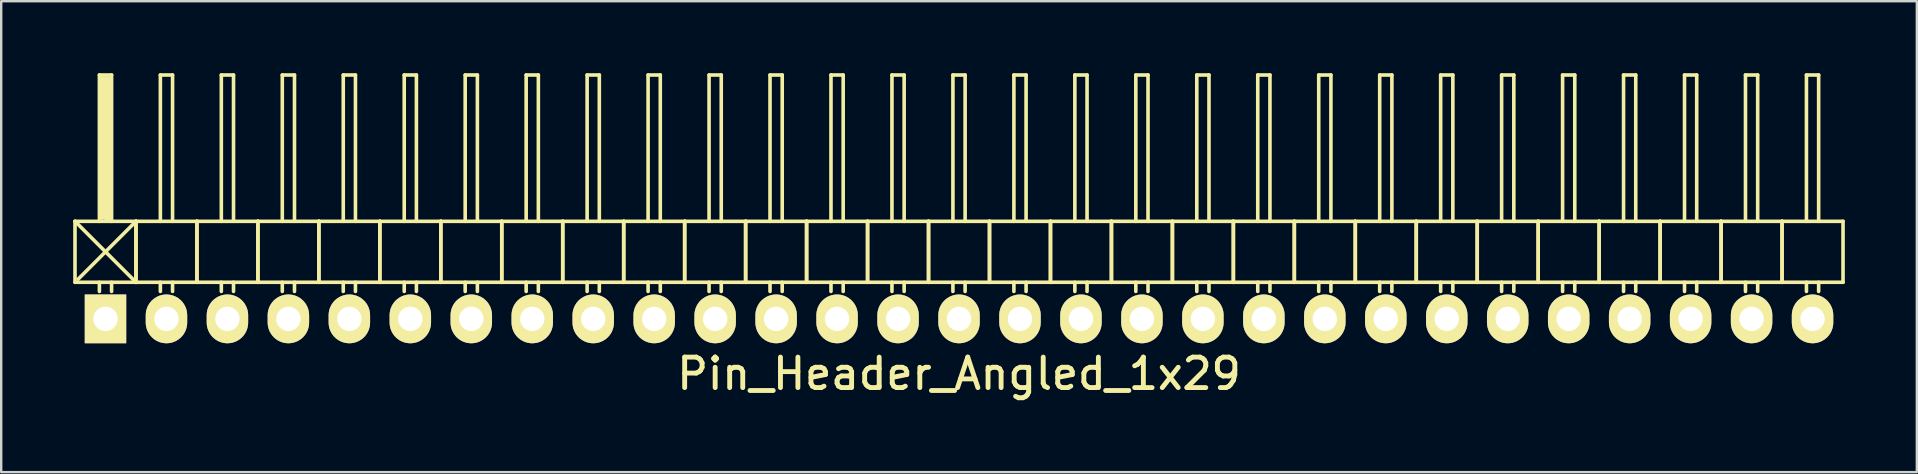
<source format=kicad_pcb>
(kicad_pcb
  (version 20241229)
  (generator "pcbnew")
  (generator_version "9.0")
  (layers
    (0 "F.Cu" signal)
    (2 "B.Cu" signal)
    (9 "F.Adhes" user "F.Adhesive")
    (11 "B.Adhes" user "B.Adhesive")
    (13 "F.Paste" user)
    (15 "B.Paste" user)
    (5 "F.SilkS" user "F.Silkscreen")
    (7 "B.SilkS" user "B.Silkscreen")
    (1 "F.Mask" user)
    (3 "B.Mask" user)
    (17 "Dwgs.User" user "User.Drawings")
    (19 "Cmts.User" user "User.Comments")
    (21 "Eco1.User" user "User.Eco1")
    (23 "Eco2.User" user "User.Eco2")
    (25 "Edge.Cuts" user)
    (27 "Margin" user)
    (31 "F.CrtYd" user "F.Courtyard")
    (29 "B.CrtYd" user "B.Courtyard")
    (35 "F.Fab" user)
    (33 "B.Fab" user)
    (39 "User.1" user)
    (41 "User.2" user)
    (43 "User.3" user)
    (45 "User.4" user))
  (footprint "Pin_Header_Angled_1x29"
    (layer "F.Cu")
    (at 36.905 10.235)
    (property "Reference" "Pin_Header_Angled_1x29" (at 0 2.286 0) (layer "F.SilkS") (effects (font (size 1.27 1.27) (thickness 0.203))))
    (attr through_hole)
    (fp_line (start -36.83 -4.064) (end -34.29 -1.524) (stroke (width 0.15) (type solid)) (layer "F.SilkS"))
    (fp_line (start -36.83 -1.524) (end -36.83 -4.064) (stroke (width 0.15) (type solid)) (layer "F.SilkS"))
    (fp_line (start -36.83 -1.524) (end -34.29 -1.524) (stroke (width 0.15) (type solid)) (layer "F.SilkS"))
    (fp_line (start -35.814 -10.16) (end -35.306 -10.16) (stroke (width 0.15) (type solid)) (layer "F.SilkS"))
    (fp_line (start -35.814 -4.064) (end -35.814 -10.16) (stroke (width 0.15) (type solid)) (layer "F.SilkS"))
    (fp_line (start -35.814 -1.524) (end -35.814 -1.143) (stroke (width 0.15) (type solid)) (layer "F.SilkS"))
    (fp_line (start -35.687 -10.033) (end -35.433 -10.033) (stroke (width 0.15) (type solid)) (layer "F.SilkS"))
    (fp_line (start -35.687 -4.191) (end -35.687 -10.033) (stroke (width 0.15) (type solid)) (layer "F.SilkS"))
    (fp_line (start -35.56 -4.191) (end -35.56 -10.033) (stroke (width 0.15) (type solid)) (layer "F.SilkS"))
    (fp_line (start -35.433 -10.033) (end -35.433 -4.191) (stroke (width 0.15) (type solid)) (layer "F.SilkS"))
    (fp_line (start -35.433 -4.191) (end -35.56 -4.191) (stroke (width 0.15) (type solid)) (layer "F.SilkS"))
    (fp_line (start -35.306 -10.16) (end -35.306 -4.064) (stroke (width 0.15) (type solid)) (layer "F.SilkS"))
    (fp_line (start -35.306 -1.524) (end -35.306 -1.143) (stroke (width 0.15) (type solid)) (layer "F.SilkS"))
    (fp_line (start -34.29 -4.064) (end -36.83 -4.064) (stroke (width 0.15) (type solid)) (layer "F.SilkS"))
    (fp_line (start -34.29 -4.064) (end -36.703 -1.651) (stroke (width 0.15) (type solid)) (layer "F.SilkS"))
    (fp_line (start -34.29 -1.524) (end -34.29 -4.064) (stroke (width 0.15) (type solid)) (layer "F.SilkS"))
    (fp_line (start -34.29 -1.524) (end -34.29 -4.064) (stroke (width 0.15) (type solid)) (layer "F.SilkS"))
    (fp_line (start -34.29 -1.524) (end -31.75 -1.524) (stroke (width 0.15) (type solid)) (layer "F.SilkS"))
    (fp_line (start -33.274 -10.16) (end -32.766 -10.16) (stroke (width 0.15) (type solid)) (layer "F.SilkS"))
    (fp_line (start -33.274 -4.064) (end -33.274 -10.16) (stroke (width 0.15) (type solid)) (layer "F.SilkS"))
    (fp_line (start -33.274 -1.524) (end -33.274 -1.143) (stroke (width 0.15) (type solid)) (layer "F.SilkS"))
    (fp_line (start -32.766 -10.16) (end -32.766 -4.064) (stroke (width 0.15) (type solid)) (layer "F.SilkS"))
    (fp_line (start -32.766 -1.524) (end -32.766 -1.143) (stroke (width 0.15) (type solid)) (layer "F.SilkS"))
    (fp_line (start -31.75 -4.064) (end -34.29 -4.064) (stroke (width 0.15) (type solid)) (layer "F.SilkS"))
    (fp_line (start -31.75 -1.524) (end -31.75 -4.064) (stroke (width 0.15) (type solid)) (layer "F.SilkS"))
    (fp_line (start -31.75 -1.524) (end -31.75 -4.064) (stroke (width 0.15) (type solid)) (layer "F.SilkS"))
    (fp_line (start -31.75 -1.524) (end -29.21 -1.524) (stroke (width 0.15) (type solid)) (layer "F.SilkS"))
    (fp_line (start -30.734 -10.16) (end -30.226 -10.16) (stroke (width 0.15) (type solid)) (layer "F.SilkS"))
    (fp_line (start -30.734 -4.064) (end -30.734 -10.16) (stroke (width 0.15) (type solid)) (layer "F.SilkS"))
    (fp_line (start -30.734 -1.524) (end -30.734 -1.143) (stroke (width 0.15) (type solid)) (layer "F.SilkS"))
    (fp_line (start -30.226 -10.16) (end -30.226 -4.064) (stroke (width 0.15) (type solid)) (layer "F.SilkS"))
    (fp_line (start -30.226 -1.524) (end -30.226 -1.143) (stroke (width 0.15) (type solid)) (layer "F.SilkS"))
    (fp_line (start -29.21 -4.064) (end -31.75 -4.064) (stroke (width 0.15) (type solid)) (layer "F.SilkS"))
    (fp_line (start -29.21 -1.524) (end -29.21 -4.064) (stroke (width 0.15) (type solid)) (layer "F.SilkS"))
    (fp_line (start -29.21 -1.524) (end -29.21 -4.064) (stroke (width 0.15) (type solid)) (layer "F.SilkS"))
    (fp_line (start -29.21 -1.524) (end -26.67 -1.524) (stroke (width 0.15) (type solid)) (layer "F.SilkS"))
    (fp_line (start -28.194 -10.16) (end -27.686 -10.16) (stroke (width 0.15) (type solid)) (layer "F.SilkS"))
    (fp_line (start -28.194 -4.064) (end -28.194 -10.16) (stroke (width 0.15) (type solid)) (layer "F.SilkS"))
    (fp_line (start -28.194 -1.524) (end -28.194 -1.143) (stroke (width 0.15) (type solid)) (layer "F.SilkS"))
    (fp_line (start -27.686 -10.16) (end -27.686 -4.064) (stroke (width 0.15) (type solid)) (layer "F.SilkS"))
    (fp_line (start -27.686 -1.524) (end -27.686 -1.143) (stroke (width 0.15) (type solid)) (layer "F.SilkS"))
    (fp_line (start -26.67 -4.064) (end -29.21 -4.064) (stroke (width 0.15) (type solid)) (layer "F.SilkS"))
    (fp_line (start -26.67 -1.524) (end -26.67 -4.064) (stroke (width 0.15) (type solid)) (layer "F.SilkS"))
    (fp_line (start -26.67 -1.524) (end -26.67 -4.064) (stroke (width 0.15) (type solid)) (layer "F.SilkS"))
    (fp_line (start -26.67 -1.524) (end -24.13 -1.524) (stroke (width 0.15) (type solid)) (layer "F.SilkS"))
    (fp_line (start -25.654 -10.16) (end -25.146 -10.16) (stroke (width 0.15) (type solid)) (layer "F.SilkS"))
    (fp_line (start -25.654 -4.064) (end -25.654 -10.16) (stroke (width 0.15) (type solid)) (layer "F.SilkS"))
    (fp_line (start -25.654 -1.524) (end -25.654 -1.143) (stroke (width 0.15) (type solid)) (layer "F.SilkS"))
    (fp_line (start -25.146 -10.16) (end -25.146 -4.064) (stroke (width 0.15) (type solid)) (layer "F.SilkS"))
    (fp_line (start -25.146 -1.524) (end -25.146 -1.143) (stroke (width 0.15) (type solid)) (layer "F.SilkS"))
    (fp_line (start -24.13 -4.064) (end -26.67 -4.064) (stroke (width 0.15) (type solid)) (layer "F.SilkS"))
    (fp_line (start -24.13 -1.524) (end -24.13 -4.064) (stroke (width 0.15) (type solid)) (layer "F.SilkS"))
    (fp_line (start -24.13 -1.524) (end -24.13 -4.064) (stroke (width 0.15) (type solid)) (layer "F.SilkS"))
    (fp_line (start -24.13 -1.524) (end -21.59 -1.524) (stroke (width 0.15) (type solid)) (layer "F.SilkS"))
    (fp_line (start -23.114 -10.16) (end -22.606 -10.16) (stroke (width 0.15) (type solid)) (layer "F.SilkS"))
    (fp_line (start -23.114 -4.064) (end -23.114 -10.16) (stroke (width 0.15) (type solid)) (layer "F.SilkS"))
    (fp_line (start -23.114 -1.524) (end -23.114 -1.143) (stroke (width 0.15) (type solid)) (layer "F.SilkS"))
    (fp_line (start -22.606 -10.16) (end -22.606 -4.064) (stroke (width 0.15) (type solid)) (layer "F.SilkS"))
    (fp_line (start -22.606 -1.524) (end -22.606 -1.143) (stroke (width 0.15) (type solid)) (layer "F.SilkS"))
    (fp_line (start -21.59 -4.064) (end -24.13 -4.064) (stroke (width 0.15) (type solid)) (layer "F.SilkS"))
    (fp_line (start -21.59 -1.524) (end -21.59 -4.064) (stroke (width 0.15) (type solid)) (layer "F.SilkS"))
    (fp_line (start -21.59 -1.524) (end -21.59 -4.064) (stroke (width 0.15) (type solid)) (layer "F.SilkS"))
    (fp_line (start -21.59 -1.524) (end -19.05 -1.524) (stroke (width 0.15) (type solid)) (layer "F.SilkS"))
    (fp_line (start -20.574 -10.16) (end -20.066 -10.16) (stroke (width 0.15) (type solid)) (layer "F.SilkS"))
    (fp_line (start -20.574 -4.064) (end -20.574 -10.16) (stroke (width 0.15) (type solid)) (layer "F.SilkS"))
    (fp_line (start -20.574 -1.524) (end -20.574 -1.143) (stroke (width 0.15) (type solid)) (layer "F.SilkS"))
    (fp_line (start -20.066 -10.16) (end -20.066 -4.064) (stroke (width 0.15) (type solid)) (layer "F.SilkS"))
    (fp_line (start -20.066 -1.524) (end -20.066 -1.143) (stroke (width 0.15) (type solid)) (layer "F.SilkS"))
    (fp_line (start -19.05 -4.064) (end -21.59 -4.064) (stroke (width 0.15) (type solid)) (layer "F.SilkS"))
    (fp_line (start -19.05 -1.524) (end -19.05 -4.064) (stroke (width 0.15) (type solid)) (layer "F.SilkS"))
    (fp_line (start -19.05 -1.524) (end -19.05 -4.064) (stroke (width 0.15) (type solid)) (layer "F.SilkS"))
    (fp_line (start -19.05 -1.524) (end -16.51 -1.524) (stroke (width 0.15) (type solid)) (layer "F.SilkS"))
    (fp_line (start -18.034 -10.16) (end -17.526 -10.16) (stroke (width 0.15) (type solid)) (layer "F.SilkS"))
    (fp_line (start -18.034 -4.064) (end -18.034 -10.16) (stroke (width 0.15) (type solid)) (layer "F.SilkS"))
    (fp_line (start -18.034 -1.524) (end -18.034 -1.143) (stroke (width 0.15) (type solid)) (layer "F.SilkS"))
    (fp_line (start -17.526 -10.16) (end -17.526 -4.064) (stroke (width 0.15) (type solid)) (layer "F.SilkS"))
    (fp_line (start -17.526 -1.524) (end -17.526 -1.143) (stroke (width 0.15) (type solid)) (layer "F.SilkS"))
    (fp_line (start -16.51 -4.064) (end -19.05 -4.064) (stroke (width 0.15) (type solid)) (layer "F.SilkS"))
    (fp_line (start -16.51 -1.524) (end -16.51 -4.064) (stroke (width 0.15) (type solid)) (layer "F.SilkS"))
    (fp_line (start -16.51 -1.524) (end -16.51 -4.064) (stroke (width 0.15) (type solid)) (layer "F.SilkS"))
    (fp_line (start -16.51 -1.524) (end -13.97 -1.524) (stroke (width 0.15) (type solid)) (layer "F.SilkS"))
    (fp_line (start -15.494 -10.16) (end -14.986 -10.16) (stroke (width 0.15) (type solid)) (layer "F.SilkS"))
    (fp_line (start -15.494 -4.064) (end -15.494 -10.16) (stroke (width 0.15) (type solid)) (layer "F.SilkS"))
    (fp_line (start -15.494 -1.524) (end -15.494 -1.143) (stroke (width 0.15) (type solid)) (layer "F.SilkS"))
    (fp_line (start -14.986 -10.16) (end -14.986 -4.064) (stroke (width 0.15) (type solid)) (layer "F.SilkS"))
    (fp_line (start -14.986 -1.524) (end -14.986 -1.143) (stroke (width 0.15) (type solid)) (layer "F.SilkS"))
    (fp_line (start -13.97 -4.064) (end -16.51 -4.064) (stroke (width 0.15) (type solid)) (layer "F.SilkS"))
    (fp_line (start -13.97 -1.524) (end -13.97 -4.064) (stroke (width 0.15) (type solid)) (layer "F.SilkS"))
    (fp_line (start -13.97 -1.524) (end -13.97 -4.064) (stroke (width 0.15) (type solid)) (layer "F.SilkS"))
    (fp_line (start -13.97 -1.524) (end -11.43 -1.524) (stroke (width 0.15) (type solid)) (layer "F.SilkS"))
    (fp_line (start -12.954 -10.16) (end -12.446 -10.16) (stroke (width 0.15) (type solid)) (layer "F.SilkS"))
    (fp_line (start -12.954 -4.064) (end -12.954 -10.16) (stroke (width 0.15) (type solid)) (layer "F.SilkS"))
    (fp_line (start -12.954 -1.524) (end -12.954 -1.143) (stroke (width 0.15) (type solid)) (layer "F.SilkS"))
    (fp_line (start -12.446 -10.16) (end -12.446 -4.064) (stroke (width 0.15) (type solid)) (layer "F.SilkS"))
    (fp_line (start -12.446 -1.524) (end -12.446 -1.143) (stroke (width 0.15) (type solid)) (layer "F.SilkS"))
    (fp_line (start -11.43 -4.064) (end -13.97 -4.064) (stroke (width 0.15) (type solid)) (layer "F.SilkS"))
    (fp_line (start -11.43 -1.524) (end -11.43 -4.064) (stroke (width 0.15) (type solid)) (layer "F.SilkS"))
    (fp_line (start -11.43 -1.524) (end -11.43 -4.064) (stroke (width 0.15) (type solid)) (layer "F.SilkS"))
    (fp_line (start -11.43 -1.524) (end -8.89 -1.524) (stroke (width 0.15) (type solid)) (layer "F.SilkS"))
    (fp_line (start -10.414 -10.16) (end -9.906 -10.16) (stroke (width 0.15) (type solid)) (layer "F.SilkS"))
    (fp_line (start -10.414 -4.064) (end -10.414 -10.16) (stroke (width 0.15) (type solid)) (layer "F.SilkS"))
    (fp_line (start -10.414 -1.524) (end -10.414 -1.143) (stroke (width 0.15) (type solid)) (layer "F.SilkS"))
    (fp_line (start -9.906 -10.16) (end -9.906 -4.064) (stroke (width 0.15) (type solid)) (layer "F.SilkS"))
    (fp_line (start -9.906 -1.524) (end -9.906 -1.143) (stroke (width 0.15) (type solid)) (layer "F.SilkS"))
    (fp_line (start -8.89 -4.064) (end -11.43 -4.064) (stroke (width 0.15) (type solid)) (layer "F.SilkS"))
    (fp_line (start -8.89 -1.524) (end -8.89 -4.064) (stroke (width 0.15) (type solid)) (layer "F.SilkS"))
    (fp_line (start -8.89 -1.524) (end -8.89 -4.064) (stroke (width 0.15) (type solid)) (layer "F.SilkS"))
    (fp_line (start -8.89 -1.524) (end -6.35 -1.524) (stroke (width 0.15) (type solid)) (layer "F.SilkS"))
    (fp_line (start -7.874 -10.16) (end -7.366 -10.16) (stroke (width 0.15) (type solid)) (layer "F.SilkS"))
    (fp_line (start -7.874 -4.064) (end -7.874 -10.16) (stroke (width 0.15) (type solid)) (layer "F.SilkS"))
    (fp_line (start -7.874 -1.524) (end -7.874 -1.143) (stroke (width 0.15) (type solid)) (layer "F.SilkS"))
    (fp_line (start -7.366 -10.16) (end -7.366 -4.064) (stroke (width 0.15) (type solid)) (layer "F.SilkS"))
    (fp_line (start -7.366 -1.524) (end -7.366 -1.143) (stroke (width 0.15) (type solid)) (layer "F.SilkS"))
    (fp_line (start -6.35 -4.064) (end -8.89 -4.064) (stroke (width 0.15) (type solid)) (layer "F.SilkS"))
    (fp_line (start -6.35 -1.524) (end -6.35 -4.064) (stroke (width 0.15) (type solid)) (layer "F.SilkS"))
    (fp_line (start -6.35 -1.524) (end -6.35 -4.064) (stroke (width 0.15) (type solid)) (layer "F.SilkS"))
    (fp_line (start -6.35 -1.524) (end -3.81 -1.524) (stroke (width 0.15) (type solid)) (layer "F.SilkS"))
    (fp_line (start -5.334 -10.16) (end -4.826 -10.16) (stroke (width 0.15) (type solid)) (layer "F.SilkS"))
    (fp_line (start -5.334 -4.064) (end -5.334 -10.16) (stroke (width 0.15) (type solid)) (layer "F.SilkS"))
    (fp_line (start -5.334 -1.524) (end -5.334 -1.143) (stroke (width 0.15) (type solid)) (layer "F.SilkS"))
    (fp_line (start -4.826 -10.16) (end -4.826 -4.064) (stroke (width 0.15) (type solid)) (layer "F.SilkS"))
    (fp_line (start -4.826 -1.524) (end -4.826 -1.143) (stroke (width 0.15) (type solid)) (layer "F.SilkS"))
    (fp_line (start -3.81 -4.064) (end -6.35 -4.064) (stroke (width 0.15) (type solid)) (layer "F.SilkS"))
    (fp_line (start -3.81 -1.524) (end -3.81 -4.064) (stroke (width 0.15) (type solid)) (layer "F.SilkS"))
    (fp_line (start -3.81 -1.524) (end -3.81 -4.064) (stroke (width 0.15) (type solid)) (layer "F.SilkS"))
    (fp_line (start -3.81 -1.524) (end -1.27 -1.524) (stroke (width 0.15) (type solid)) (layer "F.SilkS"))
    (fp_line (start -2.794 -10.16) (end -2.286 -10.16) (stroke (width 0.15) (type solid)) (layer "F.SilkS"))
    (fp_line (start -2.794 -4.064) (end -2.794 -10.16) (stroke (width 0.15) (type solid)) (layer "F.SilkS"))
    (fp_line (start -2.794 -1.524) (end -2.794 -1.143) (stroke (width 0.15) (type solid)) (layer "F.SilkS"))
    (fp_line (start -2.286 -10.16) (end -2.286 -4.064) (stroke (width 0.15) (type solid)) (layer "F.SilkS"))
    (fp_line (start -2.286 -1.524) (end -2.286 -1.143) (stroke (width 0.15) (type solid)) (layer "F.SilkS"))
    (fp_line (start -1.27 -4.064) (end -3.81 -4.064) (stroke (width 0.15) (type solid)) (layer "F.SilkS"))
    (fp_line (start -1.27 -1.524) (end -1.27 -4.064) (stroke (width 0.15) (type solid)) (layer "F.SilkS"))
    (fp_line (start -1.27 -1.524) (end -1.27 -4.064) (stroke (width 0.15) (type solid)) (layer "F.SilkS"))
    (fp_line (start -1.27 -1.524) (end 1.27 -1.524) (stroke (width 0.15) (type solid)) (layer "F.SilkS"))
    (fp_line (start -0.254 -10.16) (end 0.254 -10.16) (stroke (width 0.15) (type solid)) (layer "F.SilkS"))
    (fp_line (start -0.254 -4.064) (end -0.254 -10.16) (stroke (width 0.15) (type solid)) (layer "F.SilkS"))
    (fp_line (start -0.254 -1.524) (end -0.254 -1.143) (stroke (width 0.15) (type solid)) (layer "F.SilkS"))
    (fp_line (start 0.254 -10.16) (end 0.254 -4.064) (stroke (width 0.15) (type solid)) (layer "F.SilkS"))
    (fp_line (start 0.254 -1.524) (end 0.254 -1.143) (stroke (width 0.15) (type solid)) (layer "F.SilkS"))
    (fp_line (start 1.27 -4.064) (end -1.27 -4.064) (stroke (width 0.15) (type solid)) (layer "F.SilkS"))
    (fp_line (start 1.27 -1.524) (end 1.27 -4.064) (stroke (width 0.15) (type solid)) (layer "F.SilkS"))
    (fp_line (start 1.27 -1.524) (end 1.27 -4.064) (stroke (width 0.15) (type solid)) (layer "F.SilkS"))
    (fp_line (start 1.27 -1.524) (end 3.81 -1.524) (stroke (width 0.15) (type solid)) (layer "F.SilkS"))
    (fp_line (start 2.286 -10.16) (end 2.794 -10.16) (stroke (width 0.15) (type solid)) (layer "F.SilkS"))
    (fp_line (start 2.286 -4.064) (end 2.286 -10.16) (stroke (width 0.15) (type solid)) (layer "F.SilkS"))
    (fp_line (start 2.286 -1.524) (end 2.286 -1.143) (stroke (width 0.15) (type solid)) (layer "F.SilkS"))
    (fp_line (start 2.794 -10.16) (end 2.794 -4.064) (stroke (width 0.15) (type solid)) (layer "F.SilkS"))
    (fp_line (start 2.794 -1.524) (end 2.794 -1.143) (stroke (width 0.15) (type solid)) (layer "F.SilkS"))
    (fp_line (start 3.81 -4.064) (end 1.27 -4.064) (stroke (width 0.15) (type solid)) (layer "F.SilkS"))
    (fp_line (start 3.81 -1.524) (end 3.81 -4.064) (stroke (width 0.15) (type solid)) (layer "F.SilkS"))
    (fp_line (start 3.81 -1.524) (end 3.81 -4.064) (stroke (width 0.15) (type solid)) (layer "F.SilkS"))
    (fp_line (start 3.81 -1.524) (end 6.35 -1.524) (stroke (width 0.15) (type solid)) (layer "F.SilkS"))
    (fp_line (start 4.826 -10.16) (end 5.334 -10.16) (stroke (width 0.15) (type solid)) (layer "F.SilkS"))
    (fp_line (start 4.826 -4.064) (end 4.826 -10.16) (stroke (width 0.15) (type solid)) (layer "F.SilkS"))
    (fp_line (start 4.826 -1.524) (end 4.826 -1.143) (stroke (width 0.15) (type solid)) (layer "F.SilkS"))
    (fp_line (start 5.334 -10.16) (end 5.334 -4.064) (stroke (width 0.15) (type solid)) (layer "F.SilkS"))
    (fp_line (start 5.334 -1.524) (end 5.334 -1.143) (stroke (width 0.15) (type solid)) (layer "F.SilkS"))
    (fp_line (start 6.35 -4.064) (end 3.81 -4.064) (stroke (width 0.15) (type solid)) (layer "F.SilkS"))
    (fp_line (start 6.35 -1.524) (end 6.35 -4.064) (stroke (width 0.15) (type solid)) (layer "F.SilkS"))
    (fp_line (start 6.35 -1.524) (end 6.35 -4.064) (stroke (width 0.15) (type solid)) (layer "F.SilkS"))
    (fp_line (start 6.35 -1.524) (end 8.89 -1.524) (stroke (width 0.15) (type solid)) (layer "F.SilkS"))
    (fp_line (start 7.366 -10.16) (end 7.874 -10.16) (stroke (width 0.15) (type solid)) (layer "F.SilkS"))
    (fp_line (start 7.366 -4.064) (end 7.366 -10.16) (stroke (width 0.15) (type solid)) (layer "F.SilkS"))
    (fp_line (start 7.366 -1.524) (end 7.366 -1.143) (stroke (width 0.15) (type solid)) (layer "F.SilkS"))
    (fp_line (start 7.874 -10.16) (end 7.874 -4.064) (stroke (width 0.15) (type solid)) (layer "F.SilkS"))
    (fp_line (start 7.874 -1.524) (end 7.874 -1.143) (stroke (width 0.15) (type solid)) (layer "F.SilkS"))
    (fp_line (start 8.89 -4.064) (end 6.35 -4.064) (stroke (width 0.15) (type solid)) (layer "F.SilkS"))
    (fp_line (start 8.89 -1.524) (end 8.89 -4.064) (stroke (width 0.15) (type solid)) (layer "F.SilkS"))
    (fp_line (start 8.89 -1.524) (end 8.89 -4.064) (stroke (width 0.15) (type solid)) (layer "F.SilkS"))
    (fp_line (start 8.89 -1.524) (end 11.43 -1.524) (stroke (width 0.15) (type solid)) (layer "F.SilkS"))
    (fp_line (start 9.906 -10.16) (end 10.414 -10.16) (stroke (width 0.15) (type solid)) (layer "F.SilkS"))
    (fp_line (start 9.906 -4.064) (end 9.906 -10.16) (stroke (width 0.15) (type solid)) (layer "F.SilkS"))
    (fp_line (start 9.906 -1.524) (end 9.906 -1.143) (stroke (width 0.15) (type solid)) (layer "F.SilkS"))
    (fp_line (start 10.414 -10.16) (end 10.414 -4.064) (stroke (width 0.15) (type solid)) (layer "F.SilkS"))
    (fp_line (start 10.414 -1.524) (end 10.414 -1.143) (stroke (width 0.15) (type solid)) (layer "F.SilkS"))
    (fp_line (start 11.43 -4.064) (end 8.89 -4.064) (stroke (width 0.15) (type solid)) (layer "F.SilkS"))
    (fp_line (start 11.43 -1.524) (end 11.43 -4.064) (stroke (width 0.15) (type solid)) (layer "F.SilkS"))
    (fp_line (start 11.43 -1.524) (end 11.43 -4.064) (stroke (width 0.15) (type solid)) (layer "F.SilkS"))
    (fp_line (start 11.43 -1.524) (end 13.97 -1.524) (stroke (width 0.15) (type solid)) (layer "F.SilkS"))
    (fp_line (start 12.446 -10.16) (end 12.954 -10.16) (stroke (width 0.15) (type solid)) (layer "F.SilkS"))
    (fp_line (start 12.446 -4.064) (end 12.446 -10.16) (stroke (width 0.15) (type solid)) (layer "F.SilkS"))
    (fp_line (start 12.446 -1.524) (end 12.446 -1.143) (stroke (width 0.15) (type solid)) (layer "F.SilkS"))
    (fp_line (start 12.954 -10.16) (end 12.954 -4.064) (stroke (width 0.15) (type solid)) (layer "F.SilkS"))
    (fp_line (start 12.954 -1.524) (end 12.954 -1.143) (stroke (width 0.15) (type solid)) (layer "F.SilkS"))
    (fp_line (start 13.97 -4.064) (end 11.43 -4.064) (stroke (width 0.15) (type solid)) (layer "F.SilkS"))
    (fp_line (start 13.97 -1.524) (end 13.97 -4.064) (stroke (width 0.15) (type solid)) (layer "F.SilkS"))
    (fp_line (start 13.97 -1.524) (end 13.97 -4.064) (stroke (width 0.15) (type solid)) (layer "F.SilkS"))
    (fp_line (start 13.97 -1.524) (end 16.51 -1.524) (stroke (width 0.15) (type solid)) (layer "F.SilkS"))
    (fp_line (start 14.986 -10.16) (end 15.494 -10.16) (stroke (width 0.15) (type solid)) (layer "F.SilkS"))
    (fp_line (start 14.986 -4.064) (end 14.986 -10.16) (stroke (width 0.15) (type solid)) (layer "F.SilkS"))
    (fp_line (start 14.986 -1.524) (end 14.986 -1.143) (stroke (width 0.15) (type solid)) (layer "F.SilkS"))
    (fp_line (start 15.494 -10.16) (end 15.494 -4.064) (stroke (width 0.15) (type solid)) (layer "F.SilkS"))
    (fp_line (start 15.494 -1.524) (end 15.494 -1.143) (stroke (width 0.15) (type solid)) (layer "F.SilkS"))
    (fp_line (start 16.51 -4.064) (end 13.97 -4.064) (stroke (width 0.15) (type solid)) (layer "F.SilkS"))
    (fp_line (start 16.51 -1.524) (end 16.51 -4.064) (stroke (width 0.15) (type solid)) (layer "F.SilkS"))
    (fp_line (start 16.51 -1.524) (end 16.51 -4.064) (stroke (width 0.15) (type solid)) (layer "F.SilkS"))
    (fp_line (start 16.51 -1.524) (end 19.05 -1.524) (stroke (width 0.15) (type solid)) (layer "F.SilkS"))
    (fp_line (start 17.526 -10.16) (end 18.034 -10.16) (stroke (width 0.15) (type solid)) (layer "F.SilkS"))
    (fp_line (start 17.526 -4.064) (end 17.526 -10.16) (stroke (width 0.15) (type solid)) (layer "F.SilkS"))
    (fp_line (start 17.526 -1.524) (end 17.526 -1.143) (stroke (width 0.15) (type solid)) (layer "F.SilkS"))
    (fp_line (start 18.034 -10.16) (end 18.034 -4.064) (stroke (width 0.15) (type solid)) (layer "F.SilkS"))
    (fp_line (start 18.034 -1.524) (end 18.034 -1.143) (stroke (width 0.15) (type solid)) (layer "F.SilkS"))
    (fp_line (start 19.05 -4.064) (end 16.51 -4.064) (stroke (width 0.15) (type solid)) (layer "F.SilkS"))
    (fp_line (start 19.05 -1.524) (end 19.05 -4.064) (stroke (width 0.15) (type solid)) (layer "F.SilkS"))
    (fp_line (start 19.05 -1.524) (end 19.05 -4.064) (stroke (width 0.15) (type solid)) (layer "F.SilkS"))
    (fp_line (start 19.05 -1.524) (end 21.59 -1.524) (stroke (width 0.15) (type solid)) (layer "F.SilkS"))
    (fp_line (start 20.066 -10.16) (end 20.574 -10.16) (stroke (width 0.15) (type solid)) (layer "F.SilkS"))
    (fp_line (start 20.066 -4.064) (end 20.066 -10.16) (stroke (width 0.15) (type solid)) (layer "F.SilkS"))
    (fp_line (start 20.066 -1.524) (end 20.066 -1.143) (stroke (width 0.15) (type solid)) (layer "F.SilkS"))
    (fp_line (start 20.574 -10.16) (end 20.574 -4.064) (stroke (width 0.15) (type solid)) (layer "F.SilkS"))
    (fp_line (start 20.574 -1.524) (end 20.574 -1.143) (stroke (width 0.15) (type solid)) (layer "F.SilkS"))
    (fp_line (start 21.59 -4.064) (end 19.05 -4.064) (stroke (width 0.15) (type solid)) (layer "F.SilkS"))
    (fp_line (start 21.59 -1.524) (end 21.59 -4.064) (stroke (width 0.15) (type solid)) (layer "F.SilkS"))
    (fp_line (start 21.59 -1.524) (end 21.59 -4.064) (stroke (width 0.15) (type solid)) (layer "F.SilkS"))
    (fp_line (start 21.59 -1.524) (end 24.13 -1.524) (stroke (width 0.15) (type solid)) (layer "F.SilkS"))
    (fp_line (start 22.606 -10.16) (end 23.114 -10.16) (stroke (width 0.15) (type solid)) (layer "F.SilkS"))
    (fp_line (start 22.606 -4.064) (end 22.606 -10.16) (stroke (width 0.15) (type solid)) (layer "F.SilkS"))
    (fp_line (start 22.606 -1.524) (end 22.606 -1.143) (stroke (width 0.15) (type solid)) (layer "F.SilkS"))
    (fp_line (start 23.114 -10.16) (end 23.114 -4.064) (stroke (width 0.15) (type solid)) (layer "F.SilkS"))
    (fp_line (start 23.114 -1.524) (end 23.114 -1.143) (stroke (width 0.15) (type solid)) (layer "F.SilkS"))
    (fp_line (start 24.13 -4.064) (end 21.59 -4.064) (stroke (width 0.15) (type solid)) (layer "F.SilkS"))
    (fp_line (start 24.13 -1.524) (end 24.13 -4.064) (stroke (width 0.15) (type solid)) (layer "F.SilkS"))
    (fp_line (start 24.13 -1.524) (end 24.13 -4.064) (stroke (width 0.15) (type solid)) (layer "F.SilkS"))
    (fp_line (start 24.13 -1.524) (end 26.67 -1.524) (stroke (width 0.15) (type solid)) (layer "F.SilkS"))
    (fp_line (start 25.146 -10.16) (end 25.654 -10.16) (stroke (width 0.15) (type solid)) (layer "F.SilkS"))
    (fp_line (start 25.146 -4.064) (end 25.146 -10.16) (stroke (width 0.15) (type solid)) (layer "F.SilkS"))
    (fp_line (start 25.146 -1.524) (end 25.146 -1.143) (stroke (width 0.15) (type solid)) (layer "F.SilkS"))
    (fp_line (start 25.654 -10.16) (end 25.654 -4.064) (stroke (width 0.15) (type solid)) (layer "F.SilkS"))
    (fp_line (start 25.654 -1.524) (end 25.654 -1.143) (stroke (width 0.15) (type solid)) (layer "F.SilkS"))
    (fp_line (start 26.67 -4.064) (end 24.13 -4.064) (stroke (width 0.15) (type solid)) (layer "F.SilkS"))
    (fp_line (start 26.67 -1.524) (end 26.67 -4.064) (stroke (width 0.15) (type solid)) (layer "F.SilkS"))
    (fp_line (start 26.67 -1.524) (end 26.67 -4.064) (stroke (width 0.15) (type solid)) (layer "F.SilkS"))
    (fp_line (start 26.67 -1.524) (end 29.21 -1.524) (stroke (width 0.15) (type solid)) (layer "F.SilkS"))
    (fp_line (start 27.686 -10.16) (end 28.194 -10.16) (stroke (width 0.15) (type solid)) (layer "F.SilkS"))
    (fp_line (start 27.686 -4.064) (end 27.686 -10.16) (stroke (width 0.15) (type solid)) (layer "F.SilkS"))
    (fp_line (start 27.686 -1.524) (end 27.686 -1.143) (stroke (width 0.15) (type solid)) (layer "F.SilkS"))
    (fp_line (start 28.194 -10.16) (end 28.194 -4.064) (stroke (width 0.15) (type solid)) (layer "F.SilkS"))
    (fp_line (start 28.194 -1.524) (end 28.194 -1.143) (stroke (width 0.15) (type solid)) (layer "F.SilkS"))
    (fp_line (start 29.21 -4.064) (end 26.67 -4.064) (stroke (width 0.15) (type solid)) (layer "F.SilkS"))
    (fp_line (start 29.21 -1.524) (end 29.21 -4.064) (stroke (width 0.15) (type solid)) (layer "F.SilkS"))
    (fp_line (start 29.21 -1.524) (end 29.21 -4.064) (stroke (width 0.15) (type solid)) (layer "F.SilkS"))
    (fp_line (start 29.21 -1.524) (end 31.75 -1.524) (stroke (width 0.15) (type solid)) (layer "F.SilkS"))
    (fp_line (start 30.226 -10.16) (end 30.734 -10.16) (stroke (width 0.15) (type solid)) (layer "F.SilkS"))
    (fp_line (start 30.226 -4.064) (end 30.226 -10.16) (stroke (width 0.15) (type solid)) (layer "F.SilkS"))
    (fp_line (start 30.226 -1.524) (end 30.226 -1.143) (stroke (width 0.15) (type solid)) (layer "F.SilkS"))
    (fp_line (start 30.734 -10.16) (end 30.734 -4.064) (stroke (width 0.15) (type solid)) (layer "F.SilkS"))
    (fp_line (start 30.734 -1.524) (end 30.734 -1.143) (stroke (width 0.15) (type solid)) (layer "F.SilkS"))
    (fp_line (start 31.75 -4.064) (end 29.21 -4.064) (stroke (width 0.15) (type solid)) (layer "F.SilkS"))
    (fp_line (start 31.75 -1.524) (end 31.75 -4.064) (stroke (width 0.15) (type solid)) (layer "F.SilkS"))
    (fp_line (start 31.75 -1.524) (end 31.75 -4.064) (stroke (width 0.15) (type solid)) (layer "F.SilkS"))
    (fp_line (start 31.75 -1.524) (end 34.29 -1.524) (stroke (width 0.15) (type solid)) (layer "F.SilkS"))
    (fp_line (start 32.766 -10.16) (end 33.274 -10.16) (stroke (width 0.15) (type solid)) (layer "F.SilkS"))
    (fp_line (start 32.766 -4.064) (end 32.766 -10.16) (stroke (width 0.15) (type solid)) (layer "F.SilkS"))
    (fp_line (start 32.766 -1.524) (end 32.766 -1.143) (stroke (width 0.15) (type solid)) (layer "F.SilkS"))
    (fp_line (start 33.274 -10.16) (end 33.274 -4.064) (stroke (width 0.15) (type solid)) (layer "F.SilkS"))
    (fp_line (start 33.274 -1.524) (end 33.274 -1.143) (stroke (width 0.15) (type solid)) (layer "F.SilkS"))
    (fp_line (start 34.29 -4.064) (end 31.75 -4.064) (stroke (width 0.15) (type solid)) (layer "F.SilkS"))
    (fp_line (start 34.29 -1.524) (end 34.29 -4.064) (stroke (width 0.15) (type solid)) (layer "F.SilkS"))
    (fp_line (start 34.29 -1.524) (end 34.29 -4.064) (stroke (width 0.15) (type solid)) (layer "F.SilkS"))
    (fp_line (start 34.29 -1.524) (end 36.83 -1.524) (stroke (width 0.15) (type solid)) (layer "F.SilkS"))
    (fp_line (start 35.306 -10.16) (end 35.814 -10.16) (stroke (width 0.15) (type solid)) (layer "F.SilkS"))
    (fp_line (start 35.306 -4.064) (end 35.306 -10.16) (stroke (width 0.15) (type solid)) (layer "F.SilkS"))
    (fp_line (start 35.306 -1.524) (end 35.306 -1.143) (stroke (width 0.15) (type solid)) (layer "F.SilkS"))
    (fp_line (start 35.814 -10.16) (end 35.814 -4.064) (stroke (width 0.15) (type solid)) (layer "F.SilkS"))
    (fp_line (start 35.814 -1.524) (end 35.814 -1.143) (stroke (width 0.15) (type solid)) (layer "F.SilkS"))
    (fp_line (start 36.83 -4.064) (end 34.29 -4.064) (stroke (width 0.15) (type solid)) (layer "F.SilkS"))
    (fp_line (start 36.83 -1.524) (end 36.83 -4.064) (stroke (width 0.15) (type solid)) (layer "F.SilkS"))
    (pad "1" thru_hole rect (at -35.56 0) (size 1.727 2.032) (drill 1.016) (layers "*.Cu" "*.Mask" "F.SilkS"))
    (pad "2" thru_hole oval (at -33.02 0) (size 1.727 2.032) (drill 1.016) (layers "*.Cu" "*.Mask" "F.SilkS"))
    (pad "3" thru_hole oval (at -30.48 0) (size 1.727 2.032) (drill 1.016) (layers "*.Cu" "*.Mask" "F.SilkS"))
    (pad "4" thru_hole oval (at -27.94 0) (size 1.727 2.032) (drill 1.016) (layers "*.Cu" "*.Mask" "F.SilkS"))
    (pad "5" thru_hole oval (at -25.4 0) (size 1.727 2.032) (drill 1.016) (layers "*.Cu" "*.Mask" "F.SilkS"))
    (pad "6" thru_hole oval (at -22.86 0) (size 1.727 2.032) (drill 1.016) (layers "*.Cu" "*.Mask" "F.SilkS"))
    (pad "7" thru_hole oval (at -20.32 0) (size 1.727 2.032) (drill 1.016) (layers "*.Cu" "*.Mask" "F.SilkS"))
    (pad "8" thru_hole oval (at -17.78 0) (size 1.727 2.032) (drill 1.016) (layers "*.Cu" "*.Mask" "F.SilkS"))
    (pad "9" thru_hole oval (at -15.24 0) (size 1.727 2.032) (drill 1.016) (layers "*.Cu" "*.Mask" "F.SilkS"))
    (pad "10" thru_hole oval (at -12.7 0) (size 1.727 2.032) (drill 1.016) (layers "*.Cu" "*.Mask" "F.SilkS"))
    (pad "11" thru_hole oval (at -10.16 0) (size 1.727 2.032) (drill 1.016) (layers "*.Cu" "*.Mask" "F.SilkS"))
    (pad "12" thru_hole oval (at -7.62 0) (size 1.727 2.032) (drill 1.016) (layers "*.Cu" "*.Mask" "F.SilkS"))
    (pad "13" thru_hole oval (at -5.08 0) (size 1.727 2.032) (drill 1.016) (layers "*.Cu" "*.Mask" "F.SilkS"))
    (pad "14" thru_hole oval (at -2.54 0) (size 1.727 2.032) (drill 1.016) (layers "*.Cu" "*.Mask" "F.SilkS"))
    (pad "15" thru_hole oval (at 0 0) (size 1.727 2.032) (drill 1.016) (layers "*.Cu" "*.Mask" "F.SilkS"))
    (pad "16" thru_hole oval (at 2.54 0) (size 1.727 2.032) (drill 1.016) (layers "*.Cu" "*.Mask" "F.SilkS"))
    (pad "17" thru_hole oval (at 5.08 0) (size 1.727 2.032) (drill 1.016) (layers "*.Cu" "*.Mask" "F.SilkS"))
    (pad "18" thru_hole oval (at 7.62 0) (size 1.727 2.032) (drill 1.016) (layers "*.Cu" "*.Mask" "F.SilkS"))
    (pad "19" thru_hole oval (at 10.16 0) (size 1.727 2.032) (drill 1.016) (layers "*.Cu" "*.Mask" "F.SilkS"))
    (pad "20" thru_hole oval (at 12.7 0) (size 1.727 2.032) (drill 1.016) (layers "*.Cu" "*.Mask" "F.SilkS"))
    (pad "21" thru_hole oval (at 15.24 0) (size 1.727 2.032) (drill 1.016) (layers "*.Cu" "*.Mask" "F.SilkS"))
    (pad "22" thru_hole oval (at 17.78 0) (size 1.727 2.032) (drill 1.016) (layers "*.Cu" "*.Mask" "F.SilkS"))
    (pad "23" thru_hole oval (at 20.32 0) (size 1.727 2.032) (drill 1.016) (layers "*.Cu" "*.Mask" "F.SilkS"))
    (pad "24" thru_hole oval (at 22.86 0) (size 1.727 2.032) (drill 1.016) (layers "*.Cu" "*.Mask" "F.SilkS"))
    (pad "25" thru_hole oval (at 25.4 0) (size 1.727 2.032) (drill 1.016) (layers "*.Cu" "*.Mask" "F.SilkS"))
    (pad "26" thru_hole oval (at 27.94 0) (size 1.727 2.032) (drill 1.016) (layers "*.Cu" "*.Mask" "F.SilkS"))
    (pad "27" thru_hole oval (at 30.48 0) (size 1.727 2.032) (drill 1.016) (layers "*.Cu" "*.Mask" "F.SilkS"))
    (pad "28" thru_hole oval (at 33.02 0) (size 1.727 2.032) (drill 1.016) (layers "*.Cu" "*.Mask" "F.SilkS"))
    (pad "29" thru_hole oval (at 35.56 0) (size 1.727 2.032) (drill 1.016) (layers "*.Cu" "*.Mask" "F.SilkS")))
  (gr_rect
    (start -3 -3)
    (end 76.81 16.621)
    (stroke (width 0.1) (type default))
    (fill no)
    (layer "Edge.Cuts")))
</source>
